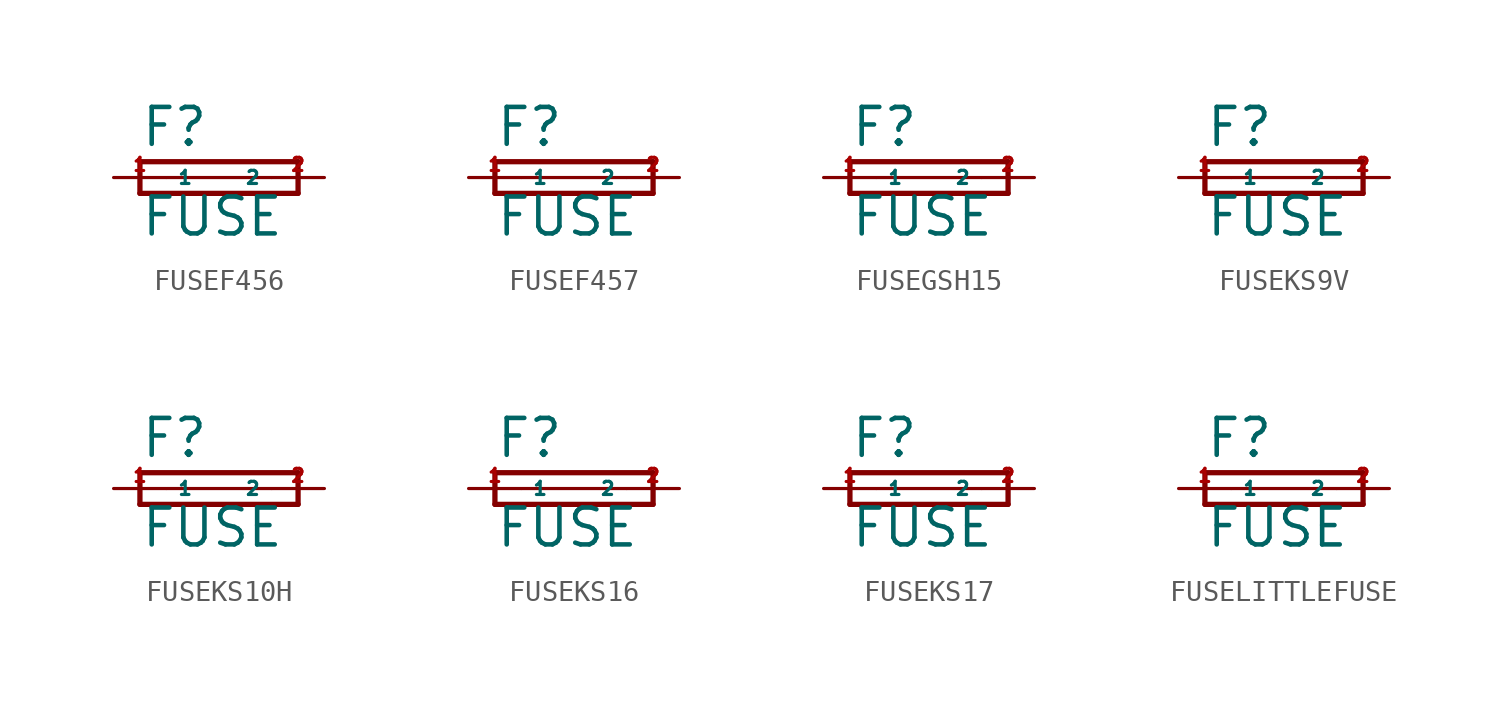
<source format=kicad_sym>
(kicad_symbol_lib
  (version 20220914)
  (generator Eagle2Kicad)
  (symbol "FUSEF456"
    (property "Reference" "F"
      (at -3.81 1.397 0)
      (effects (font (size 1.778 1.778) (thickness 0.22)) (justify left bottom)))
    (property "Value" "FUSE"
      (at -3.81 -2.921 0)
      (effects (font (size 1.778 1.778) (thickness 0.22)) (justify left bottom)))
    (polyline
      (pts (xy -3.81 -0.762) (xy 3.81 -0.762))
      (stroke (width 0.254) (type default))
      (fill (type none)))
    (polyline
      (pts (xy 3.81 0.762) (xy -3.81 0.762))
      (stroke (width 0.254) (type default))
      (fill (type none)))
    (polyline
      (pts (xy 3.81 -0.762) (xy 3.81 0.762))
      (stroke (width 0.254) (type default))
      (fill (type none)))
    (polyline
      (pts (xy -3.81 0.762) (xy -3.81 -0.762))
      (stroke (width 0.254) (type default))
      (fill (type none)))
    (polyline
      (pts (xy -2.54 0) (xy 2.54 0))
      (stroke (width 0.152) (type default))
      (fill (type none)))
    (pin passive line
      (at 5.08 0 180)
      (length 2.54)
      (name "2" (effects (font (size 0.635 0.635) (thickness 0.08)) (justify left bottom)))
      (number "2" (effects (font (size 0.635 0.635) (thickness 0.08)) (justify left bottom))))
    (pin passive line
      (at -5.08 0 0)
      (length 2.54)
      (name "1" (effects (font (size 0.635 0.635) (thickness 0.08)) (justify left bottom)))
      (number "1" (effects (font (size 0.635 0.635) (thickness 0.08)) (justify left bottom)))))
  (symbol "FUSEF457"
    (property "Reference" "F"
      (at -3.81 1.397 0)
      (effects (font (size 1.778 1.778) (thickness 0.22)) (justify left bottom)))
    (property "Value" "FUSE"
      (at -3.81 -2.921 0)
      (effects (font (size 1.778 1.778) (thickness 0.22)) (justify left bottom)))
    (polyline
      (pts (xy -3.81 -0.762) (xy 3.81 -0.762))
      (stroke (width 0.254) (type default))
      (fill (type none)))
    (polyline
      (pts (xy 3.81 0.762) (xy -3.81 0.762))
      (stroke (width 0.254) (type default))
      (fill (type none)))
    (polyline
      (pts (xy 3.81 -0.762) (xy 3.81 0.762))
      (stroke (width 0.254) (type default))
      (fill (type none)))
    (polyline
      (pts (xy -3.81 0.762) (xy -3.81 -0.762))
      (stroke (width 0.254) (type default))
      (fill (type none)))
    (polyline
      (pts (xy -2.54 0) (xy 2.54 0))
      (stroke (width 0.152) (type default))
      (fill (type none)))
    (pin passive line
      (at 5.08 0 180)
      (length 2.54)
      (name "2" (effects (font (size 0.635 0.635) (thickness 0.08)) (justify left bottom)))
      (number "2" (effects (font (size 0.635 0.635) (thickness 0.08)) (justify left bottom))))
    (pin passive line
      (at -5.08 0 0)
      (length 2.54)
      (name "1" (effects (font (size 0.635 0.635) (thickness 0.08)) (justify left bottom)))
      (number "1" (effects (font (size 0.635 0.635) (thickness 0.08)) (justify left bottom)))))
  (symbol "FUSEGSH15"
    (property "Reference" "F"
      (at -3.81 1.397 0)
      (effects (font (size 1.778 1.778) (thickness 0.22)) (justify left bottom)))
    (property "Value" "FUSE"
      (at -3.81 -2.921 0)
      (effects (font (size 1.778 1.778) (thickness 0.22)) (justify left bottom)))
    (polyline
      (pts (xy -3.81 -0.762) (xy 3.81 -0.762))
      (stroke (width 0.254) (type default))
      (fill (type none)))
    (polyline
      (pts (xy 3.81 0.762) (xy -3.81 0.762))
      (stroke (width 0.254) (type default))
      (fill (type none)))
    (polyline
      (pts (xy 3.81 -0.762) (xy 3.81 0.762))
      (stroke (width 0.254) (type default))
      (fill (type none)))
    (polyline
      (pts (xy -3.81 0.762) (xy -3.81 -0.762))
      (stroke (width 0.254) (type default))
      (fill (type none)))
    (polyline
      (pts (xy -2.54 0) (xy 2.54 0))
      (stroke (width 0.152) (type default))
      (fill (type none)))
    (pin passive line
      (at 5.08 0 180)
      (length 2.54)
      (name "2" (effects (font (size 0.635 0.635) (thickness 0.08)) (justify left bottom)))
      (number "2" (effects (font (size 0.635 0.635) (thickness 0.08)) (justify left bottom))))
    (pin passive line
      (at -5.08 0 0)
      (length 2.54)
      (name "1" (effects (font (size 0.635 0.635) (thickness 0.08)) (justify left bottom)))
      (number "1" (effects (font (size 0.635 0.635) (thickness 0.08)) (justify left bottom)))))
  (symbol "FUSEKS9V"
    (property "Reference" "F"
      (at -3.81 1.397 0)
      (effects (font (size 1.778 1.778) (thickness 0.22)) (justify left bottom)))
    (property "Value" "FUSE"
      (at -3.81 -2.921 0)
      (effects (font (size 1.778 1.778) (thickness 0.22)) (justify left bottom)))
    (polyline
      (pts (xy -3.81 -0.762) (xy 3.81 -0.762))
      (stroke (width 0.254) (type default))
      (fill (type none)))
    (polyline
      (pts (xy 3.81 0.762) (xy -3.81 0.762))
      (stroke (width 0.254) (type default))
      (fill (type none)))
    (polyline
      (pts (xy 3.81 -0.762) (xy 3.81 0.762))
      (stroke (width 0.254) (type default))
      (fill (type none)))
    (polyline
      (pts (xy -3.81 0.762) (xy -3.81 -0.762))
      (stroke (width 0.254) (type default))
      (fill (type none)))
    (polyline
      (pts (xy -2.54 0) (xy 2.54 0))
      (stroke (width 0.152) (type default))
      (fill (type none)))
    (pin passive line
      (at 5.08 0 180)
      (length 2.54)
      (name "2" (effects (font (size 0.635 0.635) (thickness 0.08)) (justify left bottom)))
      (number "2" (effects (font (size 0.635 0.635) (thickness 0.08)) (justify left bottom))))
    (pin passive line
      (at -5.08 0 0)
      (length 2.54)
      (name "1" (effects (font (size 0.635 0.635) (thickness 0.08)) (justify left bottom)))
      (number "1" (effects (font (size 0.635 0.635) (thickness 0.08)) (justify left bottom)))))
  (symbol "FUSEKS10H"
    (property "Reference" "F"
      (at -3.81 1.397 0)
      (effects (font (size 1.778 1.778) (thickness 0.22)) (justify left bottom)))
    (property "Value" "FUSE"
      (at -3.81 -2.921 0)
      (effects (font (size 1.778 1.778) (thickness 0.22)) (justify left bottom)))
    (polyline
      (pts (xy -3.81 -0.762) (xy 3.81 -0.762))
      (stroke (width 0.254) (type default))
      (fill (type none)))
    (polyline
      (pts (xy 3.81 0.762) (xy -3.81 0.762))
      (stroke (width 0.254) (type default))
      (fill (type none)))
    (polyline
      (pts (xy 3.81 -0.762) (xy 3.81 0.762))
      (stroke (width 0.254) (type default))
      (fill (type none)))
    (polyline
      (pts (xy -3.81 0.762) (xy -3.81 -0.762))
      (stroke (width 0.254) (type default))
      (fill (type none)))
    (polyline
      (pts (xy -2.54 0) (xy 2.54 0))
      (stroke (width 0.152) (type default))
      (fill (type none)))
    (pin passive line
      (at 5.08 0 180)
      (length 2.54)
      (name "2" (effects (font (size 0.635 0.635) (thickness 0.08)) (justify left bottom)))
      (number "2" (effects (font (size 0.635 0.635) (thickness 0.08)) (justify left bottom))))
    (pin passive line
      (at -5.08 0 0)
      (length 2.54)
      (name "1" (effects (font (size 0.635 0.635) (thickness 0.08)) (justify left bottom)))
      (number "1" (effects (font (size 0.635 0.635) (thickness 0.08)) (justify left bottom)))))
  (symbol "FUSEKS16"
    (property "Reference" "F"
      (at -3.81 1.397 0)
      (effects (font (size 1.778 1.778) (thickness 0.22)) (justify left bottom)))
    (property "Value" "FUSE"
      (at -3.81 -2.921 0)
      (effects (font (size 1.778 1.778) (thickness 0.22)) (justify left bottom)))
    (polyline
      (pts (xy -3.81 -0.762) (xy 3.81 -0.762))
      (stroke (width 0.254) (type default))
      (fill (type none)))
    (polyline
      (pts (xy 3.81 0.762) (xy -3.81 0.762))
      (stroke (width 0.254) (type default))
      (fill (type none)))
    (polyline
      (pts (xy 3.81 -0.762) (xy 3.81 0.762))
      (stroke (width 0.254) (type default))
      (fill (type none)))
    (polyline
      (pts (xy -3.81 0.762) (xy -3.81 -0.762))
      (stroke (width 0.254) (type default))
      (fill (type none)))
    (polyline
      (pts (xy -2.54 0) (xy 2.54 0))
      (stroke (width 0.152) (type default))
      (fill (type none)))
    (pin passive line
      (at 5.08 0 180)
      (length 2.54)
      (name "2" (effects (font (size 0.635 0.635) (thickness 0.08)) (justify left bottom)))
      (number "2" (effects (font (size 0.635 0.635) (thickness 0.08)) (justify left bottom))))
    (pin passive line
      (at -5.08 0 0)
      (length 2.54)
      (name "1" (effects (font (size 0.635 0.635) (thickness 0.08)) (justify left bottom)))
      (number "1" (effects (font (size 0.635 0.635) (thickness 0.08)) (justify left bottom)))))
  (symbol "FUSEKS17"
    (property "Reference" "F"
      (at -3.81 1.397 0)
      (effects (font (size 1.778 1.778) (thickness 0.22)) (justify left bottom)))
    (property "Value" "FUSE"
      (at -3.81 -2.921 0)
      (effects (font (size 1.778 1.778) (thickness 0.22)) (justify left bottom)))
    (polyline
      (pts (xy -3.81 -0.762) (xy 3.81 -0.762))
      (stroke (width 0.254) (type default))
      (fill (type none)))
    (polyline
      (pts (xy 3.81 0.762) (xy -3.81 0.762))
      (stroke (width 0.254) (type default))
      (fill (type none)))
    (polyline
      (pts (xy 3.81 -0.762) (xy 3.81 0.762))
      (stroke (width 0.254) (type default))
      (fill (type none)))
    (polyline
      (pts (xy -3.81 0.762) (xy -3.81 -0.762))
      (stroke (width 0.254) (type default))
      (fill (type none)))
    (polyline
      (pts (xy -2.54 0) (xy 2.54 0))
      (stroke (width 0.152) (type default))
      (fill (type none)))
    (pin passive line
      (at 5.08 0 180)
      (length 2.54)
      (name "2" (effects (font (size 0.635 0.635) (thickness 0.08)) (justify left bottom)))
      (number "2" (effects (font (size 0.635 0.635) (thickness 0.08)) (justify left bottom))))
    (pin passive line
      (at -5.08 0 0)
      (length 2.54)
      (name "1" (effects (font (size 0.635 0.635) (thickness 0.08)) (justify left bottom)))
      (number "1" (effects (font (size 0.635 0.635) (thickness 0.08)) (justify left bottom)))))
  (symbol "FUSELITTLEFUSE"
    (property "Reference" "F"
      (at -3.81 1.397 0)
      (effects (font (size 1.778 1.778) (thickness 0.22)) (justify left bottom)))
    (property "Value" "FUSE"
      (at -3.81 -2.921 0)
      (effects (font (size 1.778 1.778) (thickness 0.22)) (justify left bottom)))
    (polyline
      (pts (xy -3.81 -0.762) (xy 3.81 -0.762))
      (stroke (width 0.254) (type default))
      (fill (type none)))
    (polyline
      (pts (xy 3.81 0.762) (xy -3.81 0.762))
      (stroke (width 0.254) (type default))
      (fill (type none)))
    (polyline
      (pts (xy 3.81 -0.762) (xy 3.81 0.762))
      (stroke (width 0.254) (type default))
      (fill (type none)))
    (polyline
      (pts (xy -3.81 0.762) (xy -3.81 -0.762))
      (stroke (width 0.254) (type default))
      (fill (type none)))
    (polyline
      (pts (xy -2.54 0) (xy 2.54 0))
      (stroke (width 0.152) (type default))
      (fill (type none)))
    (pin passive line
      (at 5.08 0 180)
      (length 2.54)
      (name "2" (effects (font (size 0.635 0.635) (thickness 0.08)) (justify left bottom)))
      (number "2" (effects (font (size 0.635 0.635) (thickness 0.08)) (justify left bottom))))
    (pin passive line
      (at -5.08 0 0)
      (length 2.54)
      (name "1" (effects (font (size 0.635 0.635) (thickness 0.08)) (justify left bottom)))
      (number "1" (effects (font (size 0.635 0.635) (thickness 0.08)) (justify left bottom))))))
</source>
